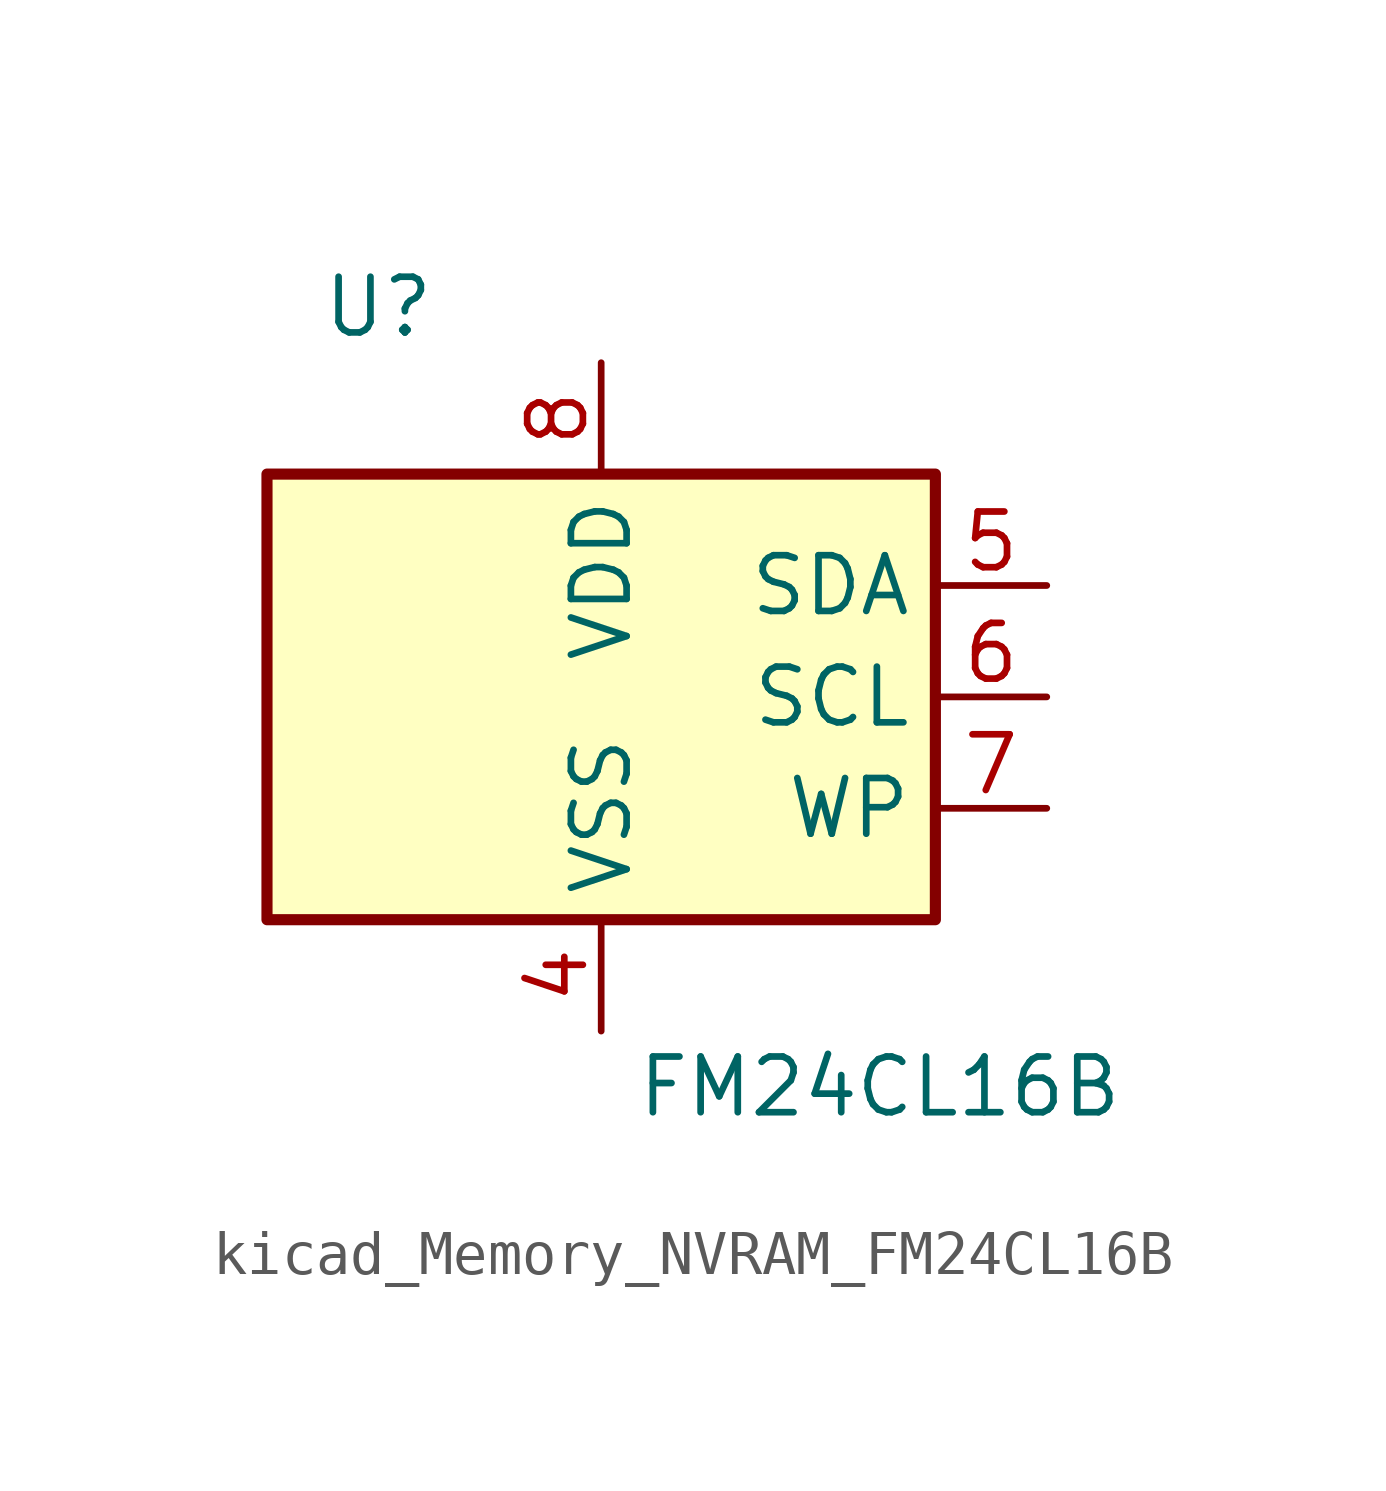
<source format=kicad_sym>
(kicad_symbol_lib
  (version 20220914)
  (generator kicad_symbol_editor)
  (symbol "kicad_Memory_NVRAM_FM24CL16B"
    (property "Reference" "U"
      (at -5.08 8.89 0)
      (effects (font (size 1.27 1.27))))
    (property "Value" "FM24CL16B"
      (at 6.35 -8.89 0)
      (effects (font (size 1.27 1.27))))
    (symbol "kicad_Memory_NVRAM_FM24CL16B_0_1"
      (rectangle (start -7.62 5.08) (end 7.62 -5.08) (stroke (width 0.254) (type default)) (fill (type background))))
    (symbol "kicad_Memory_NVRAM_FM24CL16B_1_1"
      (pin no_connect line (at -7.62 2.54 0) (length 2.54) hide (name "~" (effects (font (size 1.27 1.27)))) (number "1" (effects (font (size 1.27 1.27)))))
      (pin no_connect line (at -7.62 -2.54 0) (length 2.54) hide (name "~" (effects (font (size 1.27 1.27)))) (number "2" (effects (font (size 1.27 1.27)))))
      (pin no_connect line (at -7.62 0 0) (length 2.54) hide (name "~" (effects (font (size 1.27 1.27)))) (number "3" (effects (font (size 1.27 1.27)))))
      (pin power_in line (at 0 -7.62 90) (length 2.54) (name "VSS" (effects (font (size 1.27 1.27)))) (number "4" (effects (font (size 1.27 1.27)))))
      (pin bidirectional line (at 10.16 2.54 180) (length 2.54) (name "SDA" (effects (font (size 1.27 1.27)))) (number "5" (effects (font (size 1.27 1.27)))))
      (pin input line (at 10.16 0 180) (length 2.54) (name "SCL" (effects (font (size 1.27 1.27)))) (number "6" (effects (font (size 1.27 1.27)))))
      (pin input line (at 10.16 -2.54 180) (length 2.54) (name "WP" (effects (font (size 1.27 1.27)))) (number "7" (effects (font (size 1.27 1.27)))))
      (pin power_in line (at 0 7.62 270) (length 2.54) (name "VDD" (effects (font (size 1.27 1.27)))) (number "8" (effects (font (size 1.27 1.27))))))))
</source>
